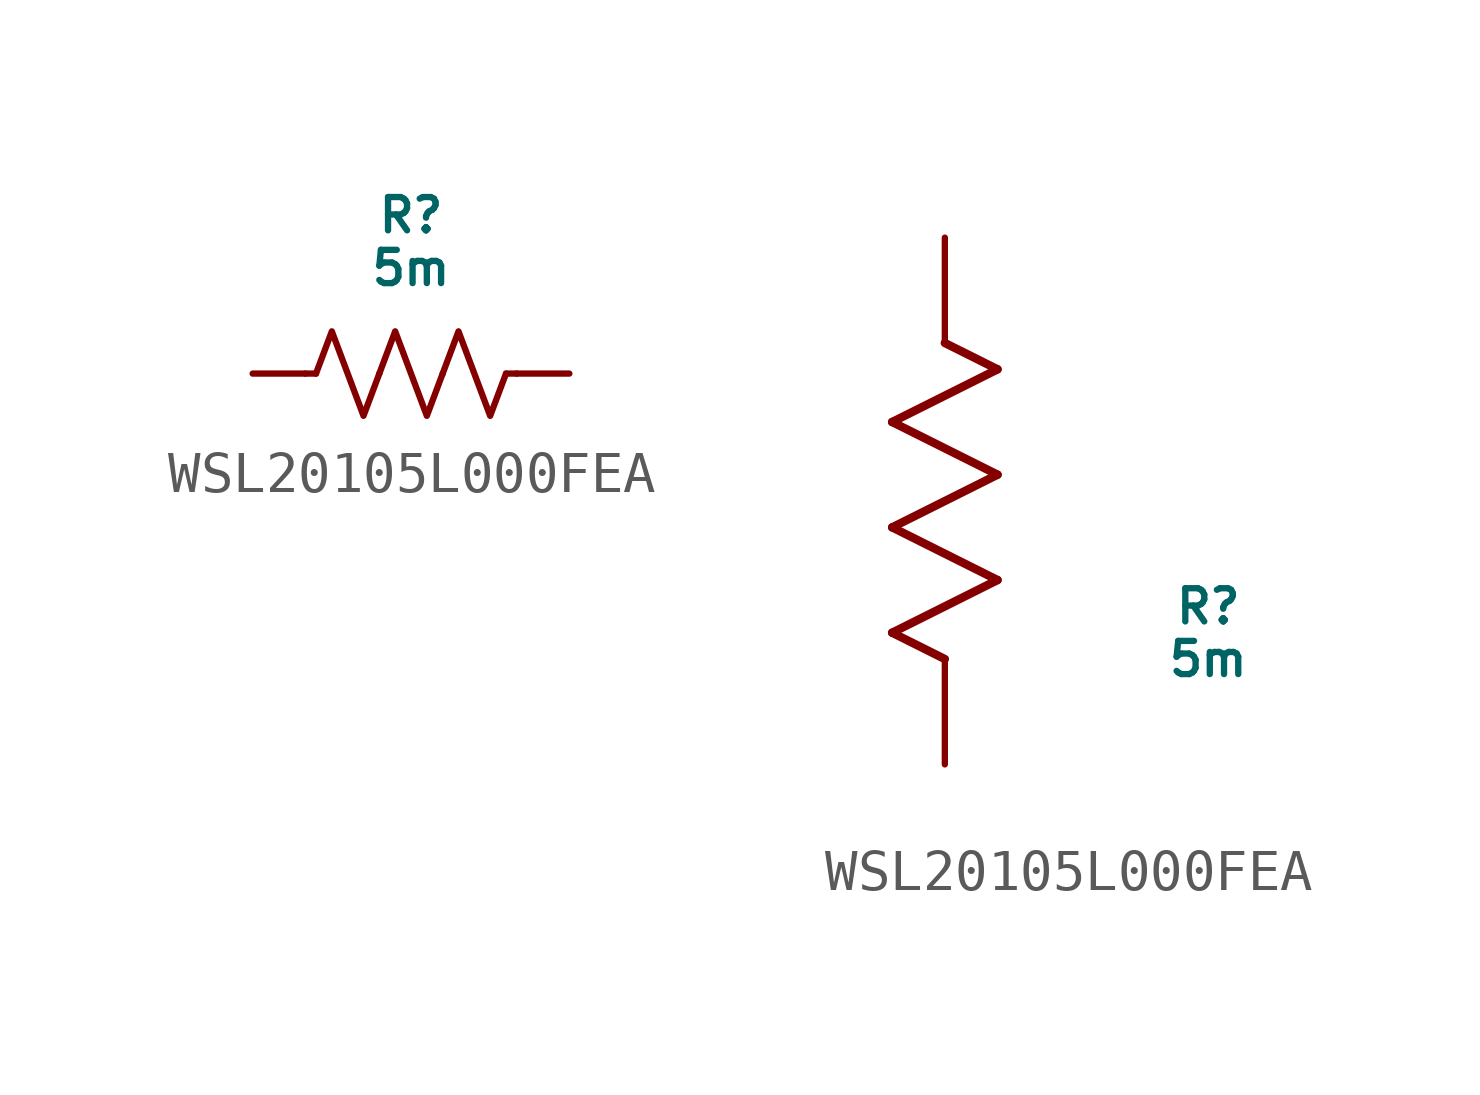
<source format=kicad_sym>
(kicad_symbol_lib
  (version 20220914)
  (generator kicad_symbol_editor)
  (symbol "WSL20105L000FEA"
    (pin_numbers hide)
    (pin_names
      (offset 0.254) hide)
    (property "Reference" "R"
      (at 6.35 3.81 0)
      (do_not_autoplace)
      (effects (font (size 0.8 0.8))))
    (property "Value" "5m"
      (at 6.35 2.54 0)
      (do_not_autoplace)
      (effects (font (size 0.8 0.8))))
    (symbol "WSL20105L000FEA_0_1"
      (polyline (pts (xy 4.064 0) (xy 3.81 0)) (stroke (width 0) (type default)) (fill (type none)))
      (polyline (pts (xy 8.636 0) (xy 8.89 0)) (stroke (width 0) (type default)) (fill (type none)))
      (polyline (pts (xy 4.064 0) (xy 4.445 1.016) (xy 4.826 0) (xy 5.207 -1.016) (xy 5.588 0)) (stroke (width 0) (type default)) (fill (type none)))
      (polyline (pts (xy 5.588 0) (xy 5.969 1.016) (xy 6.35 0) (xy 6.731 -1.016) (xy 7.112 0)) (stroke (width 0) (type default)) (fill (type none)))
      (polyline (pts (xy 7.112 0) (xy 7.493 1.016) (xy 7.874 0) (xy 8.255 -1.016) (xy 8.636 0)) (stroke (width 0) (type default)) (fill (type none))))
    (symbol "WSL20105L000FEA_1_1"
      (pin passive line (at 2.54 0 0) (length 1.27) (name "" (effects (font (size 1.27 1.27)))) (number "1" (effects (font (size 1.27 1.27)))))
      (pin passive line (at 10.16 0 180) (length 1.27) (name "" (effects (font (size 1.27 1.27)))) (number "2" (effects (font (size 1.27 1.27))))))
    (symbol "WSL20105L000FEA_1_2"
      (polyline (pts (xy -1.27 3.175) (xy 1.27 4.445)) (stroke (width 0.203) (type default)) (fill (type none)))
      (polyline (pts (xy -1.27 5.715) (xy 1.27 6.985)) (stroke (width 0.203) (type default)) (fill (type none)))
      (polyline (pts (xy -1.27 8.255) (xy 1.27 9.525)) (stroke (width 0.203) (type default)) (fill (type none)))
      (polyline (pts (xy 0 2.54) (xy -1.27 3.175)) (stroke (width 0.203) (type default)) (fill (type none)))
      (polyline (pts (xy 1.27 4.445) (xy -1.27 5.715)) (stroke (width 0.203) (type default)) (fill (type none)))
      (polyline (pts (xy 1.27 6.985) (xy -1.27 8.255)) (stroke (width 0.203) (type default)) (fill (type none)))
      (polyline (pts (xy 1.27 9.525) (xy 0 10.16)) (stroke (width 0.203) (type default)) (fill (type none)))
      (pin unspecified line (at 0 12.7 270) (length 2.54) (name "" (effects (font (size 1.27 1.27)))) (number "1" (effects (font (size 1.27 1.27)))))
      (pin unspecified line (at 0 0 90) (length 2.54) (name "" (effects (font (size 1.27 1.27)))) (number "2" (effects (font (size 1.27 1.27))))))))
</source>
